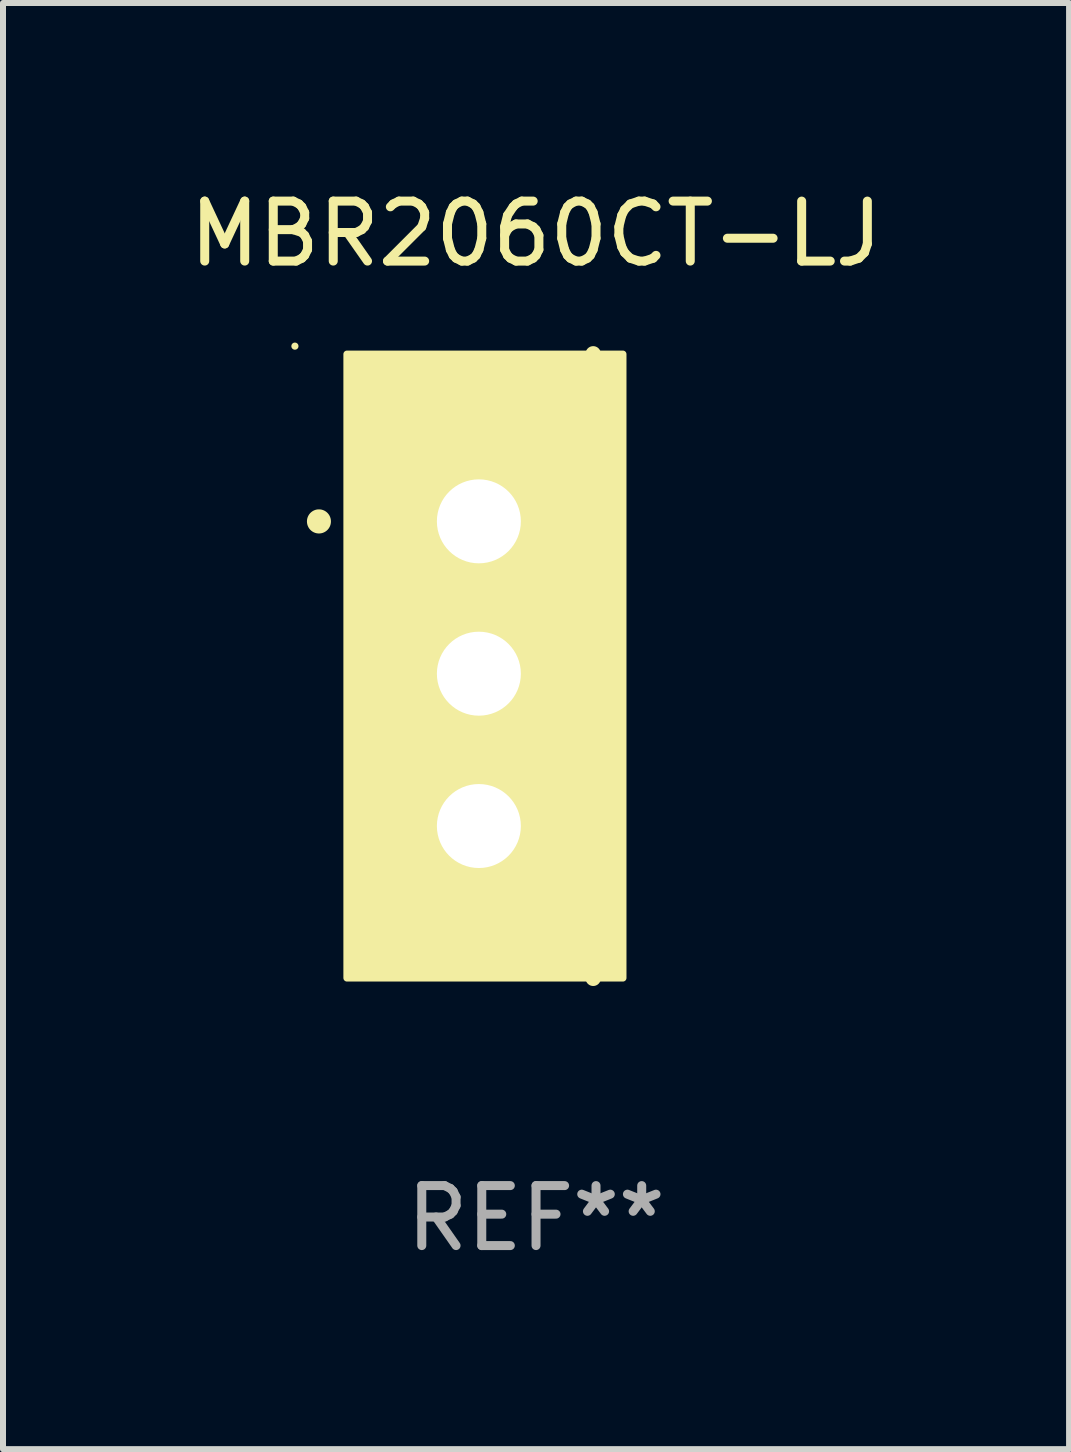
<source format=kicad_pcb>
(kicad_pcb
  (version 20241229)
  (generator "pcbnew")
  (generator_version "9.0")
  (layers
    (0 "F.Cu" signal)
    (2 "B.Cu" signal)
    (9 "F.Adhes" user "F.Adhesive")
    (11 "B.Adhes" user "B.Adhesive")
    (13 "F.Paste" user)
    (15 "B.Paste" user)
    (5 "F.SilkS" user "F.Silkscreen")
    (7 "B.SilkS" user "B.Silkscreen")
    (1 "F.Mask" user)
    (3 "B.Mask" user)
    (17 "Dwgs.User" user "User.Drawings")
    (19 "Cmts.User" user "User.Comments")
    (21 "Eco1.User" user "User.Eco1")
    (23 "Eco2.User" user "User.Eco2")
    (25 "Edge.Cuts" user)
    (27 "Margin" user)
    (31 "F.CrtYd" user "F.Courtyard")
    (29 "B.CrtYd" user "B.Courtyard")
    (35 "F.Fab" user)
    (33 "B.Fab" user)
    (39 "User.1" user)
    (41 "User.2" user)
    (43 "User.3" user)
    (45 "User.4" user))
  (footprint "MBR2060CT-LJ"
    (layer "F.Cu")
    (at 5.887 8.055)
    (property "Reference" "MBR2060CT-LJ" (at 0 -7.207 0) (layer "F.SilkS") (effects (font (size 1 1) (thickness 0.15))))
    (attr through_hole)
    (fp_line (start 0.953 5.207) (end 0.953 -5.207) (stroke (width 0.254) (type solid)) (layer "F.SilkS"))
    (fp_arc (start -3.619507 -2.410465) (mid -3.619511 -2.411735) (end -3.619507 -2.413005) (stroke (width 0.4) (type solid)) (layer "F.SilkS"))
    (fp_circle (center -4.02 -5.334) (end -3.99 -5.334) (stroke (width 0.06) (type solid)) (fill no) (layer "F.SilkS"))
    (fp_poly (pts (xy -3.152 -5.2) (xy 1.448 -5.2) (xy 1.448 5.2) (xy -3.152 5.2)) (stroke (width 0.12) (type solid)) (fill yes) (layer "F.SilkS"))
    (fp_text user "REF**" (at 0 9.207 0) (layer "F.Fab") (effects (font (size 1 1) (thickness 0.15))))
    (pad "1" thru_hole rect (at -0.953 -2.413 270) (size 2 2.5) (drill 1.4) (layers "*.Cu" "*.Mask"))
    (pad "2" thru_hole oval (at -0.953 0.127 270) (size 2 2.5) (drill 1.4) (layers "*.Cu" "*.Mask"))
    (pad "3" thru_hole oval (at -0.953 2.667 270) (size 2 2.5) (drill 1.4) (layers "*.Cu" "*.Mask")))
  (gr_rect
    (start -3 -3)
    (end 14.774 21.111)
    (stroke (width 0.1) (type default))
    (fill no)
    (layer "Edge.Cuts")))
</source>
